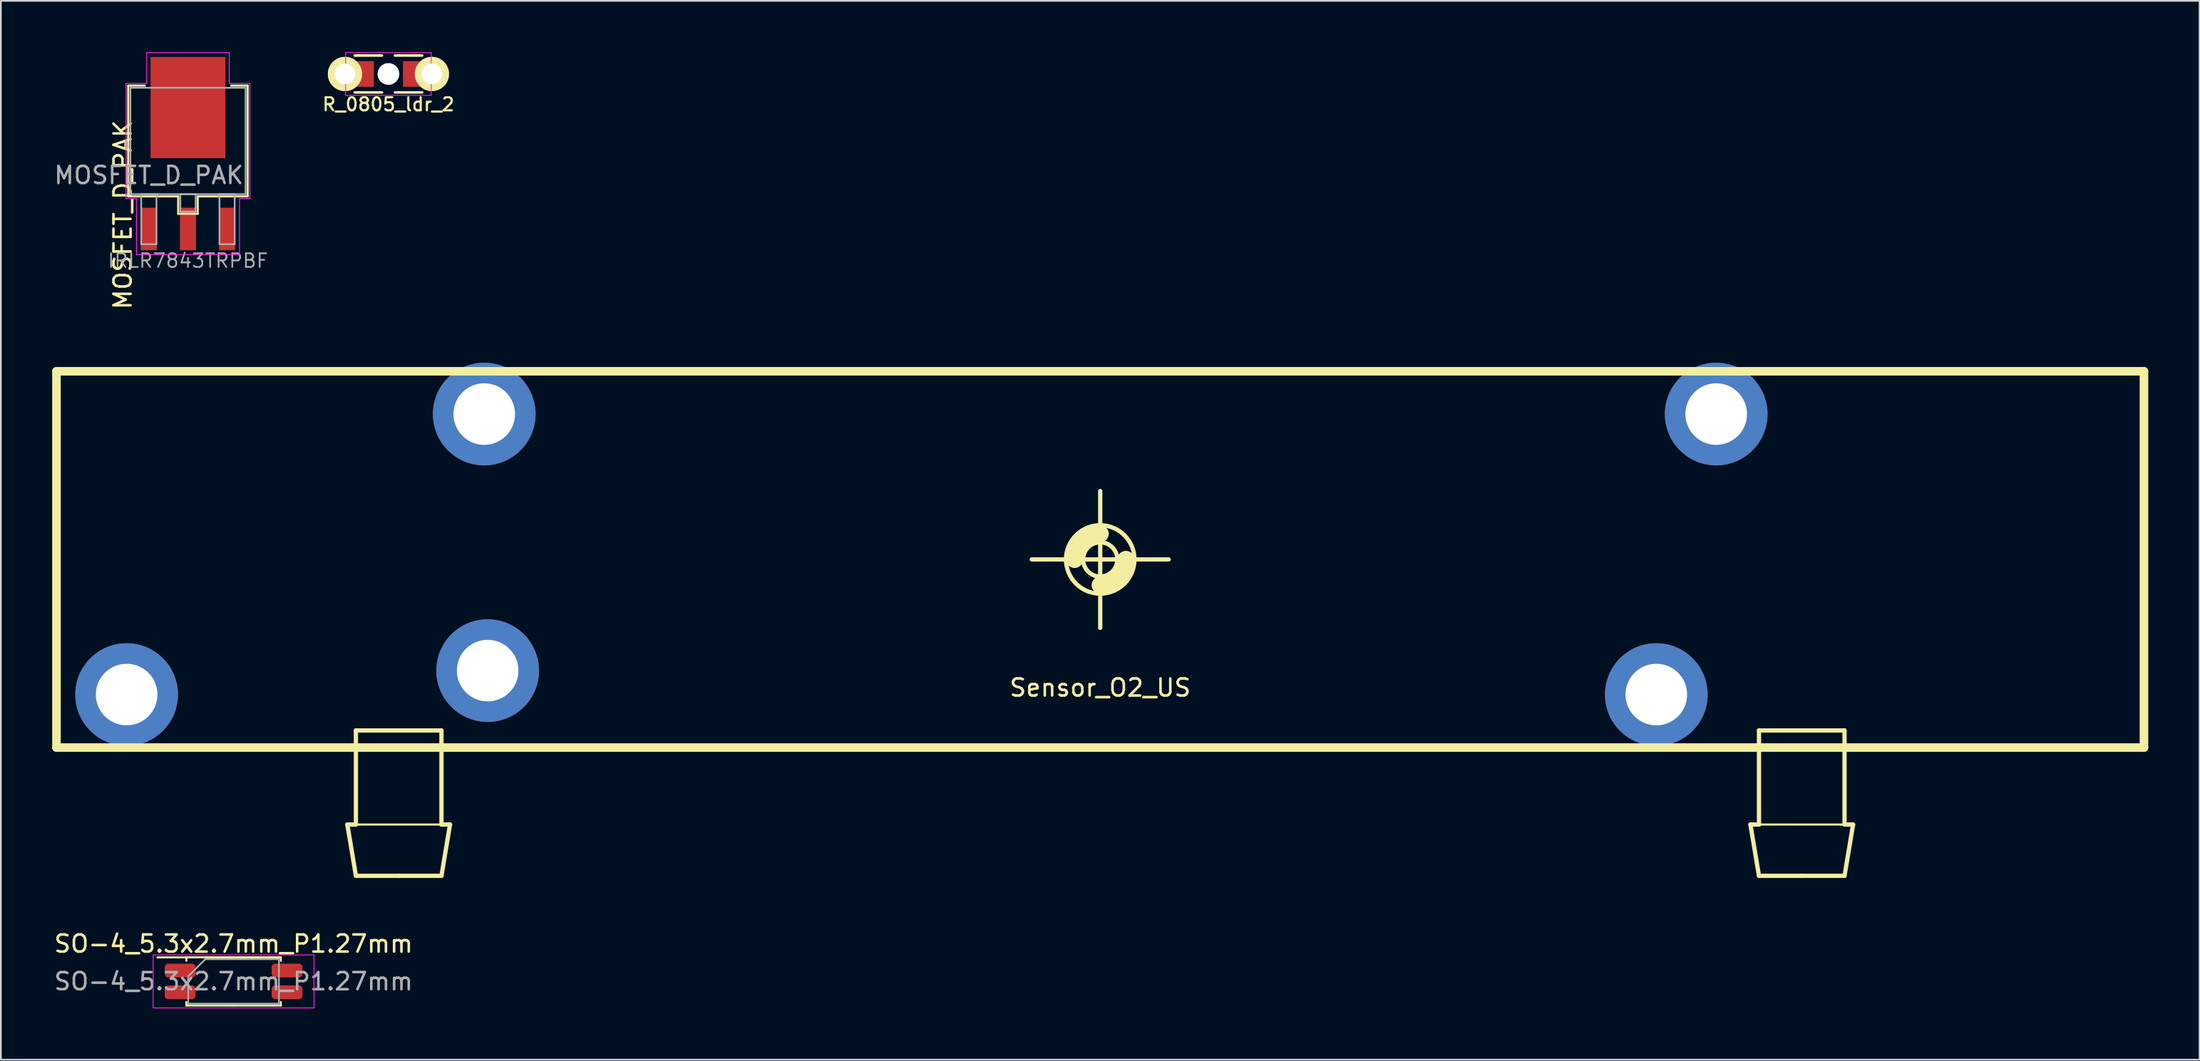
<source format=kicad_pcb>
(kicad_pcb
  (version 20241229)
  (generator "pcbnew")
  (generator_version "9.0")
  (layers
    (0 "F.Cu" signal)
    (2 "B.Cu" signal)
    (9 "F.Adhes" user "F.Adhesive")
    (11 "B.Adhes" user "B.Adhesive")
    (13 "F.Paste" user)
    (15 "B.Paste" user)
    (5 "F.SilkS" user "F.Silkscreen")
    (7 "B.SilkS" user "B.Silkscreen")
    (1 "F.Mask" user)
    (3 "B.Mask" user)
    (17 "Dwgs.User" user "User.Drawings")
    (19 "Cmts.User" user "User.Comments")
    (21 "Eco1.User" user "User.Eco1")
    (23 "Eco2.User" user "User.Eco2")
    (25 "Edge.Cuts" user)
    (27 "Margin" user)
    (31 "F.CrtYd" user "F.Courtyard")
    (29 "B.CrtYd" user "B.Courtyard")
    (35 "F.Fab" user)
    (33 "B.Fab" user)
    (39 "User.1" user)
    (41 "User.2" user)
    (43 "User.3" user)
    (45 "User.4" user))
  (footprint "R_0805_ldr_2"
    (layer "F.Cu")
    (at 19.651 1.275)
    (property "Reference" "R_0805_ldr_2" (at 0 1.778 180) (layer "F.SilkS") (effects (font (size 0.762 0.762) (thickness 0.127))))
    (attr smd)
    (fp_line (start -1.968 1.079) (end -0.381 1.079) (stroke (width 0.152) (type solid)) (layer "F.SilkS"))
    (fp_line (start -1.905 -1.079) (end -1.968 -1.079) (stroke (width 0.152) (type solid)) (layer "F.SilkS"))
    (fp_line (start -0.381 -1.079) (end -1.905 -1.079) (stroke (width 0.152) (type solid)) (layer "F.SilkS"))
    (fp_line (start 0.381 1.079) (end 1.968 1.079) (stroke (width 0.152) (type solid)) (layer "F.SilkS"))
    (fp_line (start 1.968 -1.079) (end 0.381 -1.079) (stroke (width 0.152) (type solid)) (layer "F.SilkS"))
    (fp_line (start -2.5 -1.25) (end -2.5 1.25) (stroke (width 0.05) (type solid)) (layer "F.CrtYd"))
    (fp_line (start -2.5 1.25) (end 2.5 1.25) (stroke (width 0.05) (type solid)) (layer "F.CrtYd"))
    (fp_line (start 2.5 -1.25) (end -2.5 -1.25) (stroke (width 0.05) (type solid)) (layer "F.CrtYd"))
    (fp_line (start 2.5 1.25) (end 2.5 -1.25) (stroke (width 0.05) (type solid)) (layer "F.CrtYd"))
    (pad "" np_thru_hole circle (at 0 0) (size 1.27 1.27) (drill 1.27) (layers "*.Cu" "*.Mask"))
    (pad "1" smd rect (at 1.5 0) (size 1.3 1.499) (layers "F.Cu" "F.Mask" "F.Paste"))
    (pad "1" thru_hole circle (at 2.54 0) (size 2 2) (drill 1.2) (layers "*.Cu" "*.Mask" "F.SilkS"))
    (pad "2" thru_hole circle (at -2.54 0) (size 2 2) (drill 1.2) (layers "*.Cu" "*.Mask" "F.SilkS"))
    (pad "2" smd rect (at -1.5 0) (size 1.3 1.499) (layers "F.Cu" "F.Mask" "F.Paste")))
  (footprint "SO-4_5.3x2.7mm_P1.27mm"
    (layer "F.Cu")
    (at 10.601 54.334)
    (property "Reference" "SO-4_5.3x2.7mm_P1.27mm" (at 0 -2.2 0) (layer "F.SilkS") (effects (font (size 1 1) (thickness 0.15))))
    (attr smd)
    (fp_line (start -2.76 -1.41) (end -2.76 -1.205) (stroke (width 0.12) (type solid)) (layer "F.SilkS"))
    (fp_line (start -2.76 -1.405) (end -4.45 -1.405) (stroke (width 0.12) (type solid)) (layer "F.SilkS"))
    (fp_line (start -2.76 1.41) (end -2.76 1.205) (stroke (width 0.12) (type solid)) (layer "F.SilkS"))
    (fp_line (start 0 -1.41) (end -2.76 -1.41) (stroke (width 0.12) (type solid)) (layer "F.SilkS"))
    (fp_line (start 0 -1.41) (end 2.76 -1.41) (stroke (width 0.12) (type solid)) (layer "F.SilkS"))
    (fp_line (start 0 1.41) (end -2.76 1.41) (stroke (width 0.12) (type solid)) (layer "F.SilkS"))
    (fp_line (start 0 1.41) (end 2.76 1.41) (stroke (width 0.12) (type solid)) (layer "F.SilkS"))
    (fp_line (start 2.76 -1.41) (end 2.76 -1.205) (stroke (width 0.12) (type solid)) (layer "F.SilkS"))
    (fp_line (start 2.76 1.41) (end 2.76 1.205) (stroke (width 0.12) (type solid)) (layer "F.SilkS"))
    (fp_line (start -4.7 -1.55) (end -4.7 1.55) (stroke (width 0.05) (type solid)) (layer "F.CrtYd"))
    (fp_line (start -4.7 1.55) (end 4.7 1.55) (stroke (width 0.05) (type solid)) (layer "F.CrtYd"))
    (fp_line (start 4.7 -1.55) (end -4.7 -1.55) (stroke (width 0.05) (type solid)) (layer "F.CrtYd"))
    (fp_line (start 4.7 1.55) (end 4.7 -1.55) (stroke (width 0.05) (type solid)) (layer "F.CrtYd"))
    (fp_line (start -2.65 -0.3) (end -1.65 -1.3) (stroke (width 0.1) (type solid)) (layer "F.Fab"))
    (fp_line (start -2.65 1.3) (end -2.65 -0.3) (stroke (width 0.1) (type solid)) (layer "F.Fab"))
    (fp_line (start -1.65 -1.3) (end 2.65 -1.3) (stroke (width 0.1) (type solid)) (layer "F.Fab"))
    (fp_line (start 2.65 -1.3) (end 2.65 1.3) (stroke (width 0.1) (type solid)) (layer "F.Fab"))
    (fp_line (start 2.65 1.3) (end -2.65 1.3) (stroke (width 0.1) (type solid)) (layer "F.Fab"))
    (fp_text user "${REFERENCE}" (at 0 0 0) (layer "F.Fab") (effects (font (size 1 1) (thickness 0.15))))
    (pad "1" smd roundrect (at -3.125 -0.635) (size 1.8 0.8) (layers "F.Cu" "F.Mask" "F.Paste") (roundrect_rratio 0.25))
    (pad "2" smd roundrect (at -3.125 0.635) (size 1.8 0.8) (layers "F.Cu" "F.Mask" "F.Paste") (roundrect_rratio 0.25))
    (pad "15" smd roundrect (at 3.125 0.635) (size 1.8 0.8) (layers "F.Cu" "F.Mask" "F.Paste") (roundrect_rratio 0.25))
    (pad "16" smd roundrect (at 3.125 -0.635) (size 1.8 0.8) (layers "F.Cu" "F.Mask" "F.Paste") (roundrect_rratio 0.25)))
  (footprint "Sensor_O2_US"
    (layer "F.Cu")
    (at 61.25 29.661)
    (property "Reference" "Sensor_O2_US" (at 0 7.5 0) (layer "F.SilkS") (effects (font (size 1 1) (thickness 0.15))))
    (attr through_hole)
    (fp_line (start -61 -11) (end -61 11) (stroke (width 0.5) (type solid)) (layer "F.SilkS"))
    (fp_line (start -61 11) (end 61 11) (stroke (width 0.5) (type solid)) (layer "F.SilkS"))
    (fp_line (start -44 15.5) (end -43.5 15.5) (stroke (width 0.25) (type solid)) (layer "F.SilkS"))
    (fp_line (start -43.5 10) (end -38.5 10) (stroke (width 0.25) (type solid)) (layer "F.SilkS"))
    (fp_line (start -43.5 15.5) (end -43.5 10) (stroke (width 0.25) (type solid)) (layer "F.SilkS"))
    (fp_line (start -43.5 15.5) (end -38.5 15.5) (stroke (width 0.12) (type solid)) (layer "F.SilkS"))
    (fp_line (start -43.5 18.5) (end -44 15.5) (stroke (width 0.25) (type solid)) (layer "F.SilkS"))
    (fp_line (start -41 18.5) (end -43.5 18.5) (stroke (width 0.25) (type solid)) (layer "F.SilkS"))
    (fp_line (start -38.5 10) (end -38.5 15.5) (stroke (width 0.25) (type solid)) (layer "F.SilkS"))
    (fp_line (start -38.5 15.5) (end -38 15.5) (stroke (width 0.25) (type solid)) (layer "F.SilkS"))
    (fp_line (start -38.5 18.5) (end -41 18.5) (stroke (width 0.25) (type solid)) (layer "F.SilkS"))
    (fp_line (start -38 15.5) (end -38.5 18.5) (stroke (width 0.25) (type solid)) (layer "F.SilkS"))
    (fp_line (start -4 0) (end 4 0) (stroke (width 0.25) (type solid)) (layer "F.SilkS"))
    (fp_line (start 0 -4) (end 0 4) (stroke (width 0.25) (type solid)) (layer "F.SilkS"))
    (fp_line (start 38 15.5) (end 38.5 15.5) (stroke (width 0.25) (type solid)) (layer "F.SilkS"))
    (fp_line (start 38.5 10) (end 43.5 10) (stroke (width 0.25) (type solid)) (layer "F.SilkS"))
    (fp_line (start 38.5 15.5) (end 38.5 10) (stroke (width 0.25) (type solid)) (layer "F.SilkS"))
    (fp_line (start 38.5 15.5) (end 43.5 15.5) (stroke (width 0.12) (type solid)) (layer "F.SilkS"))
    (fp_line (start 38.5 18.5) (end 38 15.5) (stroke (width 0.25) (type solid)) (layer "F.SilkS"))
    (fp_line (start 41 18.5) (end 38.5 18.5) (stroke (width 0.25) (type solid)) (layer "F.SilkS"))
    (fp_line (start 43.5 10) (end 43.5 15.5) (stroke (width 0.25) (type solid)) (layer "F.SilkS"))
    (fp_line (start 43.5 15.5) (end 44 15.5) (stroke (width 0.25) (type solid)) (layer "F.SilkS"))
    (fp_line (start 43.5 18.5) (end 41 18.5) (stroke (width 0.25) (type solid)) (layer "F.SilkS"))
    (fp_line (start 44 15.5) (end 43.5 18.5) (stroke (width 0.25) (type solid)) (layer "F.SilkS"))
    (fp_line (start 61 -11) (end -61 -11) (stroke (width 0.5) (type solid)) (layer "F.SilkS"))
    (fp_line (start 61 11) (end 61 -11) (stroke (width 0.5) (type solid)) (layer "F.SilkS"))
    (fp_arc (start -1.5 0) (mid -1.06066 -1.06066) (end 0 -1.5) (stroke (width 1) (type solid)) (layer "F.SilkS"))
    (fp_arc (start 1.5 0) (mid 1.06066 1.06066) (end 0 1.5) (stroke (width 1) (type solid)) (layer "F.SilkS"))
    (fp_circle (center 0 0) (end 1 0) (stroke (width 0.25) (type solid)) (fill no) (layer "F.SilkS"))
    (fp_circle (center 0 0) (end 2 0) (stroke (width 0.25) (type solid)) (fill no) (layer "F.SilkS"))
    (pad "1" thru_hole circle (at -36 -8.5) (size 6 6) (drill 3.6) (layers "*.Cu" "*.Mask"))
    (pad "2" thru_hole circle (at 36 -8.5) (size 6 6) (drill 3.6) (layers "*.Cu" "*.Mask"))
    (pad "3" thru_hole circle (at 32.5 7.9) (size 6 6) (drill 3.6) (layers "*.Cu" "*.Mask"))
    (pad "4" thru_hole circle (at -35.8 6.5) (size 6 6) (drill 3.6) (layers "*.Cu" "*.Mask"))
    (pad "5" thru_hole circle (at -56.9 7.9) (size 6 6) (drill 3.6) (layers "*.Cu" "*.Mask")))
  (footprint "MOSFET_D_PAK"
    (layer "F.Cu")
    (at 7.935 5.194)
    (property "Reference" "MOSFET_D_PAK" (at -3.81 4.318 90) (layer "F.SilkS") (effects (font (size 1 1) (thickness 0.15))))
    (property "Value" "IRLR7843TRPBF" (at 0 0 0) (layer "F.SilkS") (hide yes) (effects (font (size 1 1) (thickness 0.15))))
    (attr smd)
    (fp_line (start -3.493 -3.239) (end -3.493 3.239) (stroke (width 0.12) (type solid)) (layer "F.SilkS"))
    (fp_line (start -3.493 3.239) (end -0.572 3.239) (stroke (width 0.12) (type solid)) (layer "F.SilkS"))
    (fp_line (start -2.517 -3.239) (end -3.493 -3.239) (stroke (width 0.12) (type solid)) (layer "F.SilkS"))
    (fp_line (start -0.572 3.239) (end -0.572 4.255) (stroke (width 0.12) (type solid)) (layer "F.SilkS"))
    (fp_line (start -0.572 4.255) (end 0.572 4.255) (stroke (width 0.12) (type solid)) (layer "F.SilkS"))
    (fp_line (start 0.572 3.239) (end 3.493 3.239) (stroke (width 0.12) (type solid)) (layer "F.SilkS"))
    (fp_line (start 0.572 4.255) (end 0.572 3.239) (stroke (width 0.12) (type solid)) (layer "F.SilkS"))
    (fp_line (start 3.493 -3.239) (end 2.517 -3.239) (stroke (width 0.12) (type solid)) (layer "F.SilkS"))
    (fp_line (start 3.493 3.239) (end 3.493 -3.239) (stroke (width 0.12) (type solid)) (layer "F.SilkS"))
    (fp_line (start -3.619 -3.365) (end -2.413 -3.365) (stroke (width 0.05) (type solid)) (layer "F.CrtYd"))
    (fp_line (start -3.619 3.365) (end -3.619 -3.365) (stroke (width 0.05) (type solid)) (layer "F.CrtYd"))
    (fp_line (start -3.01 3.365) (end -3.619 3.365) (stroke (width 0.05) (type solid)) (layer "F.CrtYd"))
    (fp_line (start -3.01 6.642) (end -3.01 3.365) (stroke (width 0.05) (type solid)) (layer "F.CrtYd"))
    (fp_line (start -2.413 -5.169) (end 2.413 -5.169) (stroke (width 0.05) (type solid)) (layer "F.CrtYd"))
    (fp_line (start -2.413 -3.365) (end -2.413 -5.169) (stroke (width 0.05) (type solid)) (layer "F.CrtYd"))
    (fp_line (start 2.413 -5.169) (end 2.413 -3.365) (stroke (width 0.05) (type solid)) (layer "F.CrtYd"))
    (fp_line (start 2.413 -3.365) (end 3.619 -3.365) (stroke (width 0.05) (type solid)) (layer "F.CrtYd"))
    (fp_line (start 3.01 3.365) (end 3.01 6.642) (stroke (width 0.05) (type solid)) (layer "F.CrtYd"))
    (fp_line (start 3.01 6.642) (end -3.01 6.642) (stroke (width 0.05) (type solid)) (layer "F.CrtYd"))
    (fp_line (start 3.619 -3.365) (end 3.619 3.365) (stroke (width 0.05) (type solid)) (layer "F.CrtYd"))
    (fp_line (start 3.619 3.365) (end 3.01 3.365) (stroke (width 0.05) (type solid)) (layer "F.CrtYd"))
    (fp_line (start -3.365 -3.111) (end -3.365 3.111) (stroke (width 0.1) (type solid)) (layer "F.Fab"))
    (fp_line (start -3.365 3.111) (end 3.365 3.111) (stroke (width 0.1) (type solid)) (layer "F.Fab"))
    (fp_line (start -2.731 3.111) (end -2.731 6.032) (stroke (width 0.1) (type solid)) (layer "F.Fab"))
    (fp_line (start -2.731 6.032) (end -1.841 6.032) (stroke (width 0.1) (type solid)) (layer "F.Fab"))
    (fp_line (start -1.841 3.111) (end -2.731 3.111) (stroke (width 0.1) (type solid)) (layer "F.Fab"))
    (fp_line (start -1.841 6.032) (end -1.841 3.111) (stroke (width 0.1) (type solid)) (layer "F.Fab"))
    (fp_line (start -0.445 3.111) (end -0.445 4.128) (stroke (width 0.1) (type solid)) (layer "F.Fab"))
    (fp_line (start -0.445 4.128) (end 0.445 4.128) (stroke (width 0.1) (type solid)) (layer "F.Fab"))
    (fp_line (start 0.445 3.111) (end -0.445 3.111) (stroke (width 0.1) (type solid)) (layer "F.Fab"))
    (fp_line (start 0.445 4.128) (end 0.445 3.111) (stroke (width 0.1) (type solid)) (layer "F.Fab"))
    (fp_line (start 1.841 3.111) (end 1.841 6.032) (stroke (width 0.1) (type solid)) (layer "F.Fab"))
    (fp_line (start 1.841 6.032) (end 2.731 6.032) (stroke (width 0.1) (type solid)) (layer "F.Fab"))
    (fp_line (start 2.731 3.111) (end 1.841 3.111) (stroke (width 0.1) (type solid)) (layer "F.Fab"))
    (fp_line (start 2.731 6.032) (end 2.731 3.111) (stroke (width 0.1) (type solid)) (layer "F.Fab"))
    (fp_line (start 3.365 -3.111) (end -3.365 -3.111) (stroke (width 0.1) (type solid)) (layer "F.Fab"))
    (fp_line (start 3.365 3.111) (end 3.365 -3.111) (stroke (width 0.1) (type solid)) (layer "F.Fab"))
    (fp_text user "${REFERENCE}" (at -2.286 2 0) (layer "F.Fab") (effects (font (size 1 1) (thickness 0.15))))
    (fp_text user "${VALUE}" (at 0 7 0) (layer "F.Fab") (effects (font (size 0.8 0.8) (thickness 0.1))))
    (pad "1" smd rect (at -2.286 5.144) (size 0.94 2.489) (layers "F.Cu" "F.Mask" "F.Paste"))
    (pad "2" smd rect (at 0 -1.956) (size 4.369 5.918) (layers "F.Cu" "F.Mask" "F.Paste"))
    (pad "2" smd rect (at 0 5.144) (size 0.94 2.489) (layers "F.Cu" "F.Mask" "F.Paste"))
    (pad "3" smd rect (at 2.286 5.144) (size 0.94 2.489) (layers "F.Cu" "F.Mask" "F.Paste")))
  (gr_rect
    (start -3 -3)
    (end 125.5 58.909)
    (stroke (width 0.1) (type default))
    (fill no)
    (layer "Edge.Cuts")))
</source>
